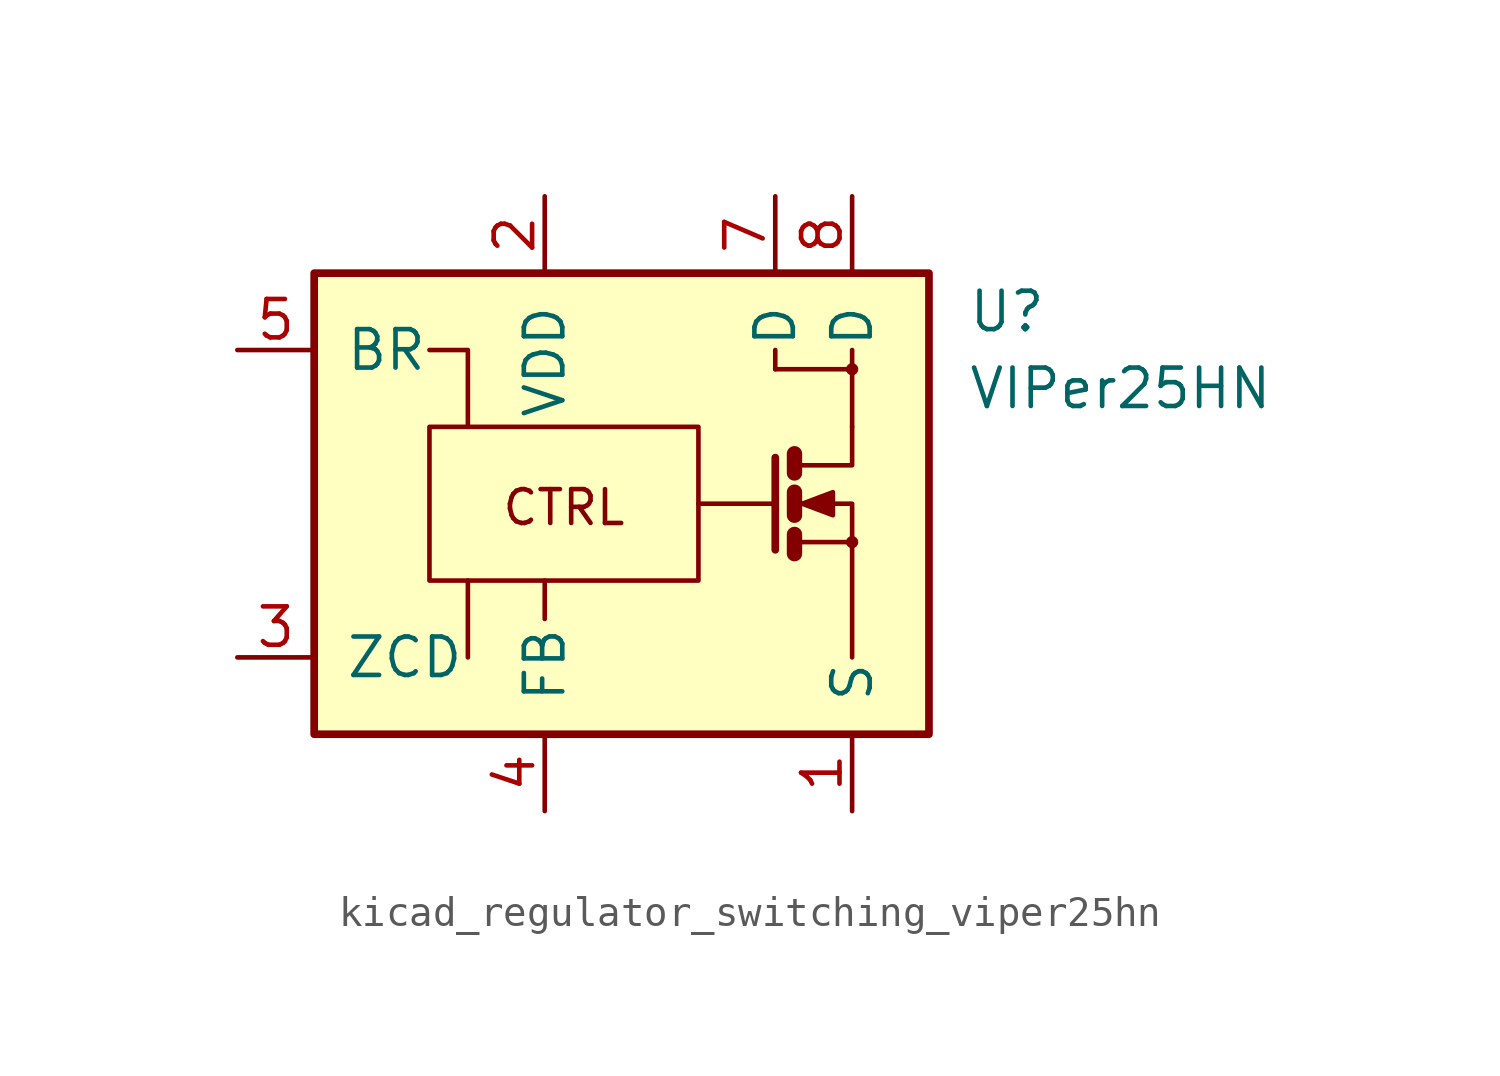
<source format=kicad_sym>
(kicad_symbol_lib
  (version 20220914)
  (generator kicad_symbol_editor)
  (symbol "kicad_regulator_switching_viper25hn"
    (pin_names
      (offset 1.016))
    (property "Reference" "U"
      (at 11.43 6.35 0)
      (effects (font (size 1.27 1.27)) (justify left)))
    (property "Value" "VIPer25HN"
      (at 11.43 3.81 0)
      (effects (font (size 1.27 1.27)) (justify left)))
    (symbol "kicad_regulator_switching_viper25hn_0_0"
      (rectangle (start -10.16 7.62) (end 10.16 -7.62) (stroke (width 0.254) (type default)) (fill (type background)))
      (polyline (pts (xy -5.08 -2.54) (xy -5.08 -5.08)) (stroke (width 0) (type default)) (fill (type none)))
      (polyline (pts (xy 5.08 5.08) (xy 5.08 4.445)) (stroke (width 0) (type default)) (fill (type none)))
      (polyline (pts (xy 7.62 2.54) (xy 7.62 4.445)) (stroke (width 0) (type default)) (fill (type none)))
      (polyline (pts (xy -6.35 5.08) (xy -5.08 5.08) (xy -5.08 2.54)) (stroke (width 0) (type default)) (fill (type none)))
      (circle (center 7.62 -1.27) (radius 0.127) (stroke (width 0) (type default)) (fill (type none)))
      (circle (center 7.62 4.445) (radius 0.127) (stroke (width 0) (type default)) (fill (type none)))
      (text "CTRL" (at -1.905 -0.127 0) (effects (font (size 1.118 1.118)))))
    (symbol "kicad_regulator_switching_viper25hn_0_1"
      (rectangle (start -6.35 -2.54) (end 2.54 2.54) (stroke (width 0) (type default)) (fill (type none)))
      (polyline (pts (xy -2.54 -3.81) (xy -2.54 -2.54)) (stroke (width 0) (type default)) (fill (type none)))
      (polyline (pts (xy 5.08 0) (xy 2.54 0)) (stroke (width 0) (type default)) (fill (type none)))
      (polyline (pts (xy 5.715 -1.27) (xy 7.62 -1.27)) (stroke (width 0) (type default)) (fill (type none)))
      (polyline (pts (xy 5.715 -1.016) (xy 5.715 -1.651)) (stroke (width 0.508) (type default)) (fill (type none)))
      (polyline (pts (xy 5.715 0.381) (xy 5.715 -0.381)) (stroke (width 0.508) (type default)) (fill (type none)))
      (polyline (pts (xy 5.715 1.651) (xy 5.715 1.016)) (stroke (width 0.508) (type default)) (fill (type none)))
      (polyline (pts (xy 5.08 1.524) (xy 5.08 -1.524) (xy 5.08 -1.524)) (stroke (width 0.254) (type default)) (fill (type none)))
      (polyline (pts (xy 5.08 4.445) (xy 7.62 4.445) (xy 7.62 5.08)) (stroke (width 0) (type default)) (fill (type none)))
      (polyline (pts (xy 7.62 -1.27) (xy 7.62 -5.08) (xy 7.62 -3.048)) (stroke (width 0) (type default)) (fill (type none)))
      (polyline (pts (xy 5.842 1.27) (xy 7.62 1.27) (xy 7.62 2.54) (xy 7.62 2.54)) (stroke (width 0) (type default)) (fill (type none)))
      (polyline (pts (xy 5.842 0) (xy 6.35 0) (xy 7.62 0) (xy 7.62 -1.27) (xy 7.62 -1.27)) (stroke (width 0) (type default)) (fill (type none)))
      (polyline (pts (xy 5.969 0) (xy 6.985 0.381) (xy 6.985 -0.381) (xy 5.969 0) (xy 6.096 0) (xy 6.096 0)) (stroke (width 0) (type default)) (fill (type outline))))
    (symbol "kicad_regulator_switching_viper25hn_1_1"
      (pin passive line (at 7.62 -10.16 90) (length 2.54) (name "S" (effects (font (size 1.27 1.27)))) (number "1" (effects (font (size 1.27 1.27)))))
      (pin power_in line (at -2.54 10.16 270) (length 2.54) (name "VDD" (effects (font (size 1.27 1.27)))) (number "2" (effects (font (size 1.27 1.27)))))
      (pin input line (at -12.7 -5.08 0) (length 2.54) (name "ZCD" (effects (font (size 1.27 1.27)))) (number "3" (effects (font (size 1.27 1.27)))))
      (pin input line (at -2.54 -10.16 90) (length 2.54) (name "FB" (effects (font (size 1.27 1.27)))) (number "4" (effects (font (size 1.27 1.27)))))
      (pin input line (at -12.7 5.08 0) (length 2.54) (name "BR" (effects (font (size 1.27 1.27)))) (number "5" (effects (font (size 1.27 1.27)))))
      (pin passive line (at 5.08 10.16 270) (length 2.54) (name "D" (effects (font (size 1.27 1.27)))) (number "7" (effects (font (size 1.27 1.27)))))
      (pin passive line (at 7.62 10.16 270) (length 2.54) (name "D" (effects (font (size 1.27 1.27)))) (number "8" (effects (font (size 1.27 1.27))))))))
</source>
